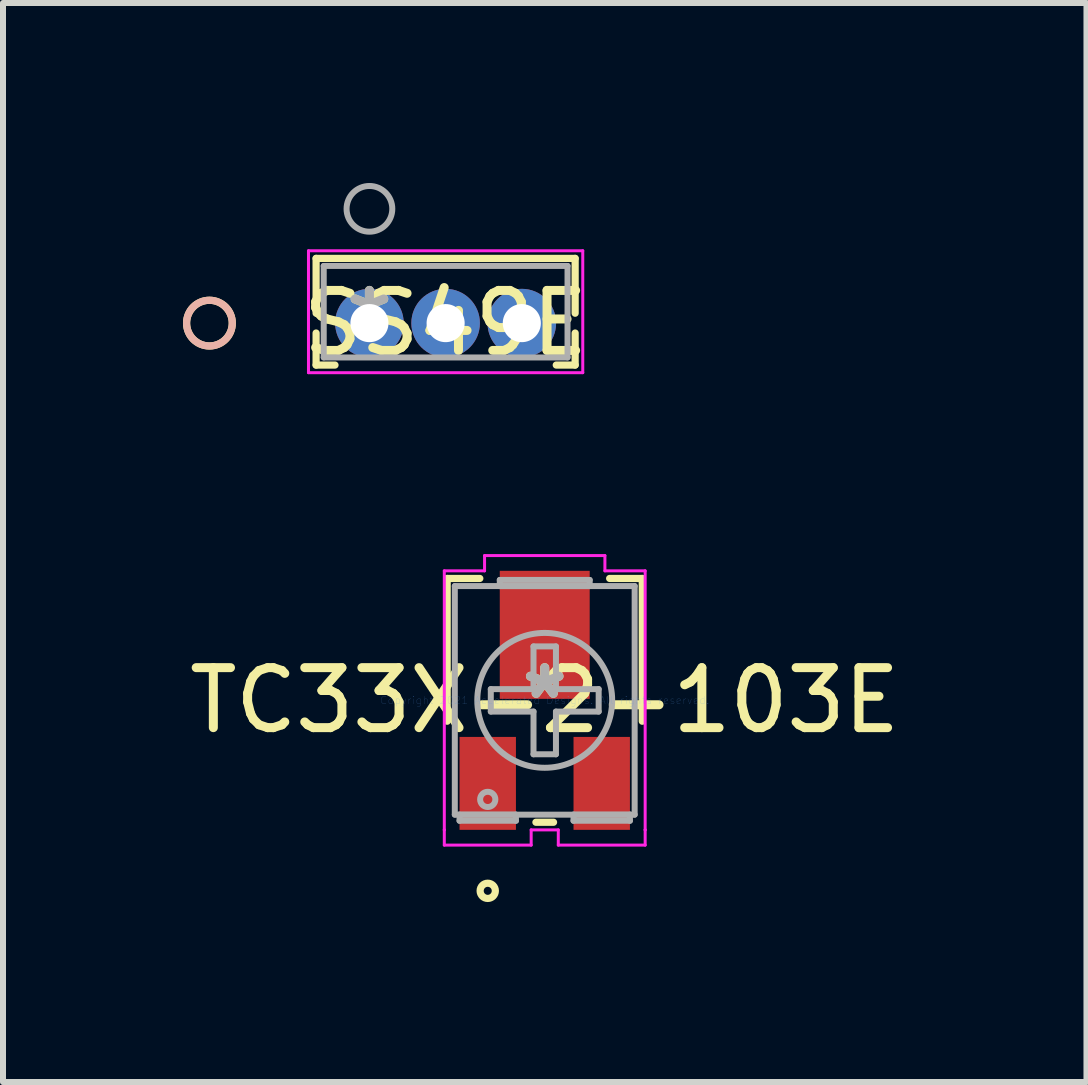
<source format=kicad_pcb>
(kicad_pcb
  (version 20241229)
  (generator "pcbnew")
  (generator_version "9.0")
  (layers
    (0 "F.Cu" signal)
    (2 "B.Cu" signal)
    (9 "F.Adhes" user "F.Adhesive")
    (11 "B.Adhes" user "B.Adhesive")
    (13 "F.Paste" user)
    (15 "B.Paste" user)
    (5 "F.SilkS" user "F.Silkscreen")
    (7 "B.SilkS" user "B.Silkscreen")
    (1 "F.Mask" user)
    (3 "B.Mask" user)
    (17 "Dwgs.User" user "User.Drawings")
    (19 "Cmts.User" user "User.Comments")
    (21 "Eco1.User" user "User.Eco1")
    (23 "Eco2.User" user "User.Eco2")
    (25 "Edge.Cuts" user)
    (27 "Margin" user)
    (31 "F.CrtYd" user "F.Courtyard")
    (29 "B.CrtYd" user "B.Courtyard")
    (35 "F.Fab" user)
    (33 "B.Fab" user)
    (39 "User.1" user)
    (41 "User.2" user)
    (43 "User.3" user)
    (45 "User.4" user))
  (footprint "TC33X-2-103E"
    (layer "F.Cu")
    (at 6.03 8.624)
    (property "Reference" "TC33X-2-103E" (at 0 0 0) (layer "F.SilkS") (effects (font (size 1 1) (thickness 0.15))))
    (attr through_hole)
    (fp_line (start -1.626 -2.032) (end -1.626 0.348) (stroke (width 0.12) (type solid)) (layer "F.SilkS"))
    (fp_line (start -1.082 -2.032) (end -1.626 -2.032) (stroke (width 0.12) (type solid)) (layer "F.SilkS"))
    (fp_line (start -0.147 2.032) (end 0.147 2.032) (stroke (width 0.12) (type solid)) (layer "F.SilkS"))
    (fp_line (start 1.626 -2.032) (end 1.082 -2.032) (stroke (width 0.12) (type solid)) (layer "F.SilkS"))
    (fp_line (start 1.626 -2.032) (end 1.626 0.348) (stroke (width 0.12) (type solid)) (layer "F.SilkS"))
    (fp_circle (center -0.95 3.175) (end -0.823 3.175) (stroke (width 0.12) (type solid)) (fill no) (layer "F.SilkS"))
    (fp_line (start -1.674 -2.159) (end -1.003 -2.159) (stroke (width 0.05) (type solid)) (layer "F.CrtYd"))
    (fp_line (start -1.674 2.159) (end -1.674 -2.159) (stroke (width 0.05) (type solid)) (layer "F.CrtYd"))
    (fp_line (start -1.674 2.159) (end -1.674 2.159) (stroke (width 0.05) (type solid)) (layer "F.CrtYd"))
    (fp_line (start -1.674 2.413) (end -1.674 2.159) (stroke (width 0.05) (type solid)) (layer "F.CrtYd"))
    (fp_line (start -1.003 -2.413) (end 1.003 -2.413) (stroke (width 0.05) (type solid)) (layer "F.CrtYd"))
    (fp_line (start -1.003 -2.159) (end -1.003 -2.413) (stroke (width 0.05) (type solid)) (layer "F.CrtYd"))
    (fp_line (start -0.226 2.159) (end -0.226 2.413) (stroke (width 0.05) (type solid)) (layer "F.CrtYd"))
    (fp_line (start -0.226 2.413) (end -1.674 2.413) (stroke (width 0.05) (type solid)) (layer "F.CrtYd"))
    (fp_line (start 0.226 2.159) (end -0.226 2.159) (stroke (width 0.05) (type solid)) (layer "F.CrtYd"))
    (fp_line (start 0.226 2.413) (end 0.226 2.159) (stroke (width 0.05) (type solid)) (layer "F.CrtYd"))
    (fp_line (start 1.003 -2.413) (end 1.003 -2.159) (stroke (width 0.05) (type solid)) (layer "F.CrtYd"))
    (fp_line (start 1.003 -2.159) (end 1.674 -2.159) (stroke (width 0.05) (type solid)) (layer "F.CrtYd"))
    (fp_line (start 1.674 -2.159) (end 1.674 2.159) (stroke (width 0.05) (type solid)) (layer "F.CrtYd"))
    (fp_line (start 1.674 2.159) (end 1.674 2.159) (stroke (width 0.05) (type solid)) (layer "F.CrtYd"))
    (fp_line (start 1.674 2.159) (end 1.674 2.413) (stroke (width 0.05) (type solid)) (layer "F.CrtYd"))
    (fp_line (start 1.674 2.413) (end 0.226 2.413) (stroke (width 0.05) (type solid)) (layer "F.CrtYd"))
    (fp_line (start -1.499 -1.905) (end -1.499 1.905) (stroke (width 0.1) (type solid)) (layer "F.Fab"))
    (fp_line (start -1.499 1.905) (end 1.499 1.905) (stroke (width 0.1) (type solid)) (layer "F.Fab"))
    (fp_line (start -1.42 1.905) (end -1.42 2.007) (stroke (width 0.1) (type solid)) (layer "F.Fab"))
    (fp_line (start -1.42 2.007) (end -0.48 2.007) (stroke (width 0.1) (type solid)) (layer "F.Fab"))
    (fp_line (start -0.899 -0.187) (end -0.899 0.187) (stroke (width 0.1) (type solid)) (layer "F.Fab"))
    (fp_line (start -0.749 -2.007) (end -0.749 -1.905) (stroke (width 0.1) (type solid)) (layer "F.Fab"))
    (fp_line (start -0.749 -1.905) (end 0.749 -1.905) (stroke (width 0.1) (type solid)) (layer "F.Fab"))
    (fp_line (start -0.48 1.905) (end -1.42 1.905) (stroke (width 0.1) (type solid)) (layer "F.Fab"))
    (fp_line (start -0.48 2.007) (end -0.48 1.905) (stroke (width 0.1) (type solid)) (layer "F.Fab"))
    (fp_line (start -0.187 -0.899) (end -0.187 -0.187) (stroke (width 0.1) (type solid)) (layer "F.Fab"))
    (fp_line (start -0.187 -0.899) (end 0.187 -0.899) (stroke (width 0.1) (type solid)) (layer "F.Fab"))
    (fp_line (start -0.187 -0.187) (end -0.899 -0.187) (stroke (width 0.1) (type solid)) (layer "F.Fab"))
    (fp_line (start -0.187 0.187) (end -0.899 0.187) (stroke (width 0.1) (type solid)) (layer "F.Fab"))
    (fp_line (start -0.187 0.899) (end -0.187 0.187) (stroke (width 0.1) (type solid)) (layer "F.Fab"))
    (fp_line (start -0.187 0.899) (end 0.187 0.899) (stroke (width 0.1) (type solid)) (layer "F.Fab"))
    (fp_line (start 0.187 -0.899) (end 0.187 -0.187) (stroke (width 0.1) (type solid)) (layer "F.Fab"))
    (fp_line (start 0.187 -0.187) (end 0.899 -0.187) (stroke (width 0.1) (type solid)) (layer "F.Fab"))
    (fp_line (start 0.187 0.187) (end 0.899 0.187) (stroke (width 0.1) (type solid)) (layer "F.Fab"))
    (fp_line (start 0.187 0.899) (end 0.187 0.187) (stroke (width 0.1) (type solid)) (layer "F.Fab"))
    (fp_line (start 0.48 1.905) (end 0.48 2.007) (stroke (width 0.1) (type solid)) (layer "F.Fab"))
    (fp_line (start 0.48 2.007) (end 1.42 2.007) (stroke (width 0.1) (type solid)) (layer "F.Fab"))
    (fp_line (start 0.749 -2.007) (end -0.749 -2.007) (stroke (width 0.1) (type solid)) (layer "F.Fab"))
    (fp_line (start 0.749 -1.905) (end 0.749 -2.007) (stroke (width 0.1) (type solid)) (layer "F.Fab"))
    (fp_line (start 0.899 -0.187) (end 0.899 0.187) (stroke (width 0.1) (type solid)) (layer "F.Fab"))
    (fp_line (start 1.42 1.905) (end 0.48 1.905) (stroke (width 0.1) (type solid)) (layer "F.Fab"))
    (fp_line (start 1.42 2.007) (end 1.42 1.905) (stroke (width 0.1) (type solid)) (layer "F.Fab"))
    (fp_line (start 1.499 -1.905) (end -1.499 -1.905) (stroke (width 0.1) (type solid)) (layer "F.Fab"))
    (fp_line (start 1.499 -1.905) (end 1.499 1.905) (stroke (width 0.1) (type solid)) (layer "F.Fab"))
    (fp_circle (center -0.95 1.651) (end -0.823 1.651) (stroke (width 0.1) (type solid)) (fill no) (layer "F.Fab"))
    (fp_circle (center 0 0) (end 1.124 0) (stroke (width 0.1) (type solid)) (fill no) (layer "F.Fab"))
    (fp_text user "*" (at 0 0 0) (layer "F.SilkS") (effects (font (size 1 1) (thickness 0.15))))
    (fp_text user "Copyright 2021 Accelerated Designs. All rights reserved." (at 0 0 0) (layer "Cmts.User") (effects (font (size 0.127 0.127) (thickness 0.002))))
    (fp_text user "*" (at 0 0 0) (layer "F.Fab") (effects (font (size 1 1) (thickness 0.15))))
    (pad "1" smd rect (at -0.95 1.384) (size 0.94 1.549) (layers "F.Cu" "F.Mask" "F.Paste"))
    (pad "2" smd rect (at 0 -1.092) (size 1.499 2.134) (layers "F.Cu" "F.Mask" "F.Paste"))
    (pad "3" smd rect (at 0.95 1.384) (size 0.94 1.549) (layers "F.Cu" "F.Mask" "F.Paste")))
  (footprint "SS49E"
    (layer "F.Cu")
    (at 3.108 2.336)
    (property "Reference" "SS49E" (at 1.27 0 0) (layer "F.SilkS") (effects (font (size 1 1) (thickness 0.15))))
    (attr through_hole)
    (fp_line (start -0.889 -1.079) (end -0.889 -0.165) (stroke (width 0.12) (type solid)) (layer "F.SilkS"))
    (fp_line (start -0.889 0.165) (end -0.889 0.699) (stroke (width 0.12) (type solid)) (layer "F.SilkS"))
    (fp_line (start -0.889 0.699) (end -0.574 0.699) (stroke (width 0.12) (type solid)) (layer "F.SilkS"))
    (fp_line (start 3.114 0.699) (end 3.429 0.699) (stroke (width 0.12) (type solid)) (layer "F.SilkS"))
    (fp_line (start 3.429 -1.079) (end -0.889 -1.079) (stroke (width 0.12) (type solid)) (layer "F.SilkS"))
    (fp_line (start 3.429 -0.165) (end 3.429 -1.079) (stroke (width 0.12) (type solid)) (layer "F.SilkS"))
    (fp_line (start 3.429 0.699) (end 3.429 0.165) (stroke (width 0.12) (type solid)) (layer "F.SilkS"))
    (fp_circle (center -2.667 0) (end -2.286 0) (stroke (width 0.12) (type solid)) (fill no) (layer "F.SilkS"))
    (fp_circle (center -2.667 0) (end -2.286 0) (stroke (width 0.12) (type solid)) (fill no) (layer "B.SilkS"))
    (fp_line (start -1.016 -1.206) (end -1.016 0.826) (stroke (width 0.05) (type solid)) (layer "F.CrtYd"))
    (fp_line (start -1.016 0.826) (end 3.556 0.826) (stroke (width 0.05) (type solid)) (layer "F.CrtYd"))
    (fp_line (start 3.556 -1.206) (end -1.016 -1.206) (stroke (width 0.05) (type solid)) (layer "F.CrtYd"))
    (fp_line (start 3.556 0.826) (end 3.556 -1.206) (stroke (width 0.05) (type solid)) (layer "F.CrtYd"))
    (fp_line (start -0.762 -0.953) (end -0.762 0.572) (stroke (width 0.1) (type solid)) (layer "F.Fab"))
    (fp_line (start -0.762 0.572) (end 3.302 0.572) (stroke (width 0.1) (type solid)) (layer "F.Fab"))
    (fp_line (start 3.302 -0.953) (end -0.762 -0.953) (stroke (width 0.1) (type solid)) (layer "F.Fab"))
    (fp_line (start 3.302 0.572) (end 3.302 -0.953) (stroke (width 0.1) (type solid)) (layer "F.Fab"))
    (fp_circle (center 0 -1.905) (end 0.381 -1.905) (stroke (width 0.1) (type solid)) (fill no) (layer "F.Fab"))
    (fp_text user "*" (at 0 0 0) (layer "F.SilkS") (effects (font (size 1 1) (thickness 0.15))))
    (fp_text user "*" (at 0 0 0) (layer "F.Fab") (effects (font (size 1 1) (thickness 0.15))))
    (pad "1" thru_hole circle (at 0 0) (size 1.143 1.143) (drill 0.635) (layers "*.Cu" "*.Mask"))
    (pad "2" thru_hole circle (at 1.27 0) (size 1.143 1.143) (drill 0.635) (layers "*.Cu" "*.Mask"))
    (pad "3" thru_hole circle (at 2.54 0) (size 1.143 1.143) (drill 0.635) (layers "*.Cu" "*.Mask")))
  (gr_rect
    (start -3 -3)
    (end 15.06 14.986)
    (stroke (width 0.1) (type default))
    (fill no)
    (layer "Edge.Cuts")))
</source>
